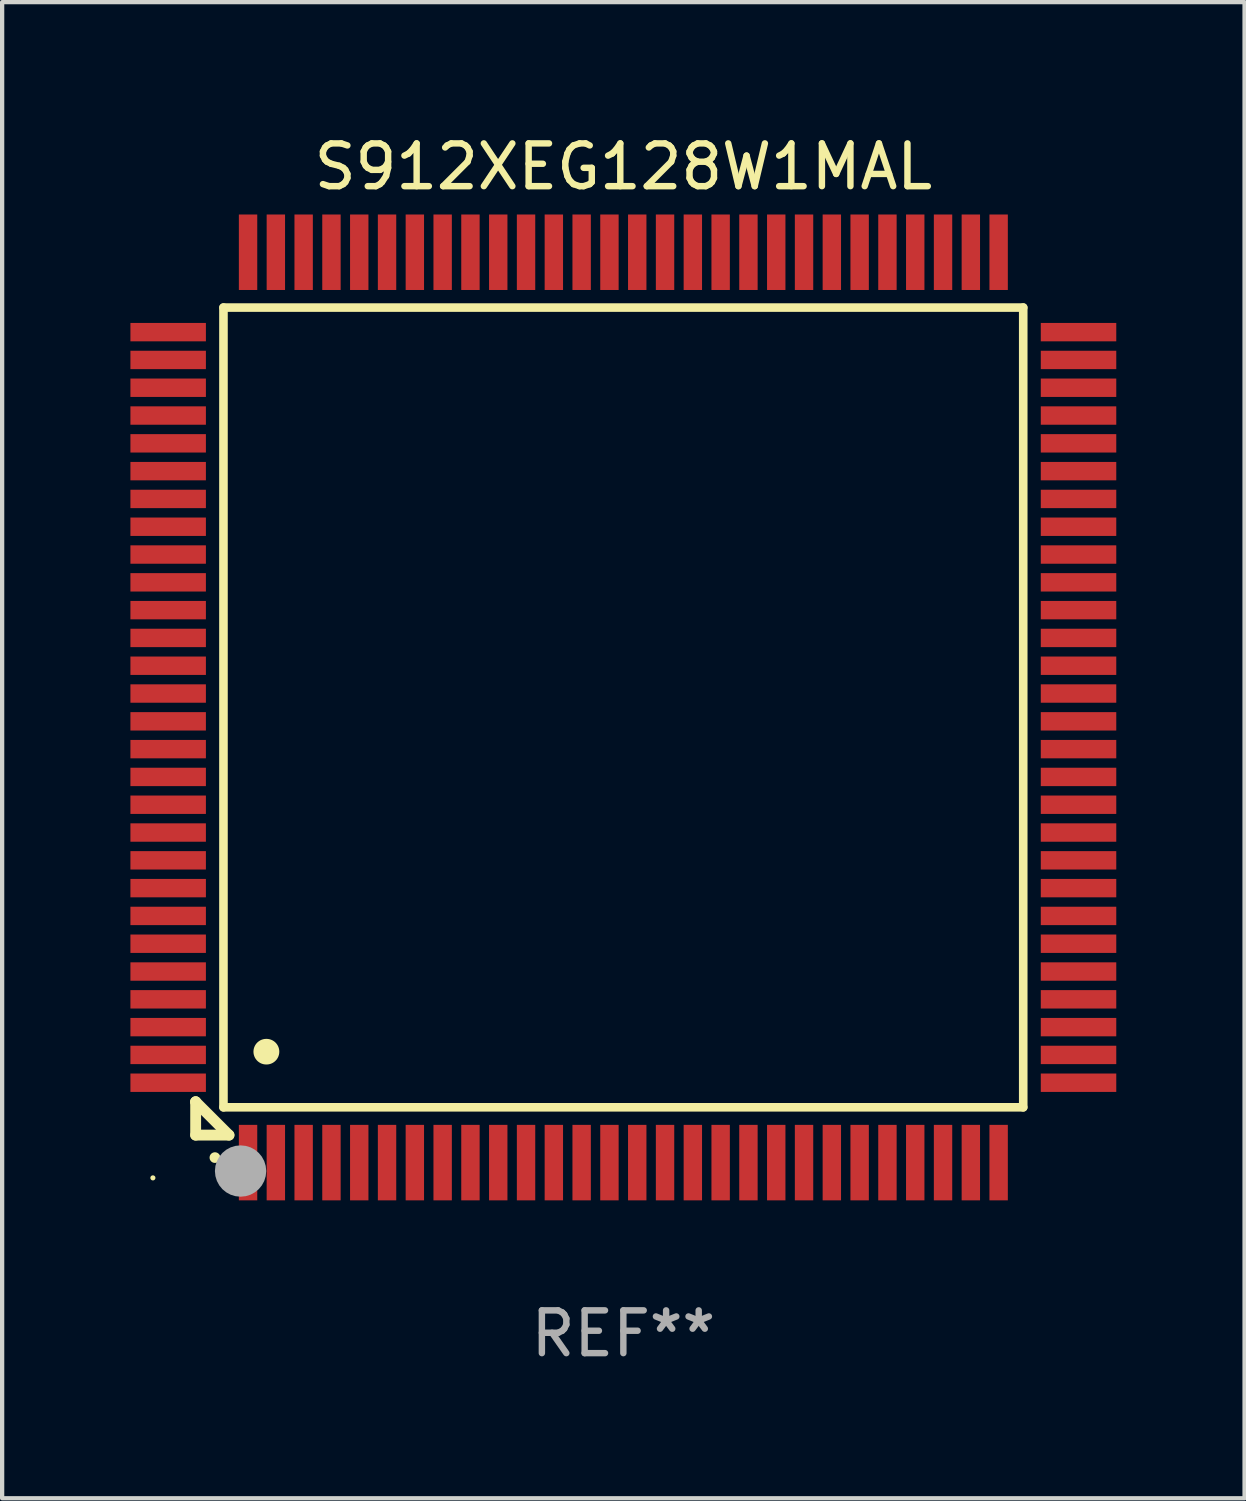
<source format=kicad_pcb>
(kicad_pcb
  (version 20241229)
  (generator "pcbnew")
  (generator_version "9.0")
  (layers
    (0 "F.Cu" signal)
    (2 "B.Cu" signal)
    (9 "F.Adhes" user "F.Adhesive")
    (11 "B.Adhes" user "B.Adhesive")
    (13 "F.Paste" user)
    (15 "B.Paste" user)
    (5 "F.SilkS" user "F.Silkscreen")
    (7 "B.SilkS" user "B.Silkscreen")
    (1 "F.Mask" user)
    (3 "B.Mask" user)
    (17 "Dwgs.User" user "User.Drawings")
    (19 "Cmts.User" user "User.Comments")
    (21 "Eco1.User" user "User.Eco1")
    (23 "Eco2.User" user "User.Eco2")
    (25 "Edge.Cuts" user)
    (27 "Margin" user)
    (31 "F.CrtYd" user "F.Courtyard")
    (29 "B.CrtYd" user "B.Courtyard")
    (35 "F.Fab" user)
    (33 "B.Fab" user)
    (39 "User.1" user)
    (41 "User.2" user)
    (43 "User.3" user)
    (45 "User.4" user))
  (footprint "S912XEG128W1MAL"
    (layer "F.Cu")
    (at 11.525 13.491)
    (property "Reference" "S912XEG128W1MAL" (at 0 -12.643 0) (layer "F.SilkS") (effects (font (size 1 1) (thickness 0.15))))
    (attr through_hole)
    (fp_line (start -10 9.221) (end -10 9.221) (stroke (width 0.254) (type solid)) (layer "F.SilkS"))
    (fp_line (start -10 9.221) (end -10 10) (stroke (width 0.254) (type solid)) (layer "F.SilkS"))
    (fp_line (start -10 9.221) (end -9.221 10) (stroke (width 0.254) (type solid)) (layer "F.SilkS"))
    (fp_line (start -10 10) (end -9.221 10) (stroke (width 0.254) (type solid)) (layer "F.SilkS"))
    (fp_line (start -9.35 -9.35) (end -9.35 9.35) (stroke (width 0.201) (type solid)) (layer "F.SilkS"))
    (fp_line (start -9.35 9.35) (end 9.35 9.35) (stroke (width 0.201) (type solid)) (layer "F.SilkS"))
    (fp_line (start 9.35 -9.35) (end -9.35 -9.35) (stroke (width 0.201) (type solid)) (layer "F.SilkS"))
    (fp_line (start 9.35 9.35) (end 9.35 -9.35) (stroke (width 0.201) (type solid)) (layer "F.SilkS"))
    (fp_arc (start -9.550546 10.525832) (mid -9.549276 10.525826) (end -9.548006 10.525832) (stroke (width 0.24892) (type solid)) (layer "F.SilkS"))
    (fp_arc (start -8.349124 8.049327) (mid -8.346584 8.049316) (end -8.344044 8.049327) (stroke (width 0.599441) (type solid)) (layer "F.SilkS"))
    (fp_circle (center -11 11) (end -10.97 11) (stroke (width 0.06) (type solid)) (fill no) (layer "F.SilkS"))
    (fp_circle (center -8.95 10.84) (end -8.65 10.84) (stroke (width 0.6) (type solid)) (fill no) (layer "F.Fab"))
    (fp_text user "REF**" (at 0 14.643 0) (layer "F.Fab") (effects (font (size 1 1) (thickness 0.15))))
    (pad "1" smd rect (at -8.775 10.643) (size 0.43 1.765) (layers "F.Cu" "F.Mask" "F.Paste"))
    (pad "2" smd rect (at -8.125 10.643) (size 0.43 1.765) (layers "F.Cu" "F.Mask" "F.Paste"))
    (pad "3" smd rect (at -7.475 10.643) (size 0.43 1.765) (layers "F.Cu" "F.Mask" "F.Paste"))
    (pad "4" smd rect (at -6.825 10.643) (size 0.43 1.765) (layers "F.Cu" "F.Mask" "F.Paste"))
    (pad "5" smd rect (at -6.175 10.643) (size 0.43 1.765) (layers "F.Cu" "F.Mask" "F.Paste"))
    (pad "6" smd rect (at -5.525 10.643) (size 0.43 1.765) (layers "F.Cu" "F.Mask" "F.Paste"))
    (pad "7" smd rect (at -4.875 10.643) (size 0.43 1.765) (layers "F.Cu" "F.Mask" "F.Paste"))
    (pad "8" smd rect (at -4.225 10.643) (size 0.43 1.765) (layers "F.Cu" "F.Mask" "F.Paste"))
    (pad "9" smd rect (at -3.575 10.643) (size 0.43 1.765) (layers "F.Cu" "F.Mask" "F.Paste"))
    (pad "10" smd rect (at -2.925 10.643) (size 0.43 1.765) (layers "F.Cu" "F.Mask" "F.Paste"))
    (pad "11" smd rect (at -2.275 10.643) (size 0.43 1.765) (layers "F.Cu" "F.Mask" "F.Paste"))
    (pad "12" smd rect (at -1.625 10.643) (size 0.43 1.765) (layers "F.Cu" "F.Mask" "F.Paste"))
    (pad "13" smd rect (at -0.975 10.643) (size 0.43 1.765) (layers "F.Cu" "F.Mask" "F.Paste"))
    (pad "14" smd rect (at -0.325 10.643) (size 0.43 1.765) (layers "F.Cu" "F.Mask" "F.Paste"))
    (pad "15" smd rect (at 0.325 10.643) (size 0.43 1.765) (layers "F.Cu" "F.Mask" "F.Paste"))
    (pad "16" smd rect (at 0.975 10.643) (size 0.43 1.765) (layers "F.Cu" "F.Mask" "F.Paste"))
    (pad "17" smd rect (at 1.625 10.643) (size 0.43 1.765) (layers "F.Cu" "F.Mask" "F.Paste"))
    (pad "18" smd rect (at 2.275 10.643) (size 0.43 1.765) (layers "F.Cu" "F.Mask" "F.Paste"))
    (pad "19" smd rect (at 2.925 10.643) (size 0.43 1.765) (layers "F.Cu" "F.Mask" "F.Paste"))
    (pad "20" smd rect (at 3.575 10.643) (size 0.43 1.765) (layers "F.Cu" "F.Mask" "F.Paste"))
    (pad "21" smd rect (at 4.225 10.643) (size 0.43 1.765) (layers "F.Cu" "F.Mask" "F.Paste"))
    (pad "22" smd rect (at 4.875 10.643) (size 0.43 1.765) (layers "F.Cu" "F.Mask" "F.Paste"))
    (pad "23" smd rect (at 5.525 10.643) (size 0.43 1.765) (layers "F.Cu" "F.Mask" "F.Paste"))
    (pad "24" smd rect (at 6.175 10.643) (size 0.43 1.765) (layers "F.Cu" "F.Mask" "F.Paste"))
    (pad "25" smd rect (at 6.825 10.643) (size 0.43 1.765) (layers "F.Cu" "F.Mask" "F.Paste"))
    (pad "26" smd rect (at 7.475 10.643) (size 0.43 1.765) (layers "F.Cu" "F.Mask" "F.Paste"))
    (pad "27" smd rect (at 8.125 10.643) (size 0.43 1.765) (layers "F.Cu" "F.Mask" "F.Paste"))
    (pad "28" smd rect (at 8.775 10.643) (size 0.43 1.765) (layers "F.Cu" "F.Mask" "F.Paste"))
    (pad "29" smd rect (at 10.643 8.775) (size 1.765 0.43) (layers "F.Cu" "F.Mask" "F.Paste"))
    (pad "30" smd rect (at 10.643 8.125) (size 1.765 0.43) (layers "F.Cu" "F.Mask" "F.Paste"))
    (pad "31" smd rect (at 10.643 7.475) (size 1.765 0.43) (layers "F.Cu" "F.Mask" "F.Paste"))
    (pad "32" smd rect (at 10.643 6.825) (size 1.765 0.43) (layers "F.Cu" "F.Mask" "F.Paste"))
    (pad "33" smd rect (at 10.643 6.175) (size 1.765 0.43) (layers "F.Cu" "F.Mask" "F.Paste"))
    (pad "34" smd rect (at 10.643 5.525) (size 1.765 0.43) (layers "F.Cu" "F.Mask" "F.Paste"))
    (pad "35" smd rect (at 10.643 4.875) (size 1.765 0.43) (layers "F.Cu" "F.Mask" "F.Paste"))
    (pad "36" smd rect (at 10.643 4.225) (size 1.765 0.43) (layers "F.Cu" "F.Mask" "F.Paste"))
    (pad "37" smd rect (at 10.643 3.575) (size 1.765 0.43) (layers "F.Cu" "F.Mask" "F.Paste"))
    (pad "38" smd rect (at 10.643 2.925) (size 1.765 0.43) (layers "F.Cu" "F.Mask" "F.Paste"))
    (pad "39" smd rect (at 10.643 2.275) (size 1.765 0.43) (layers "F.Cu" "F.Mask" "F.Paste"))
    (pad "40" smd rect (at 10.643 1.625) (size 1.765 0.43) (layers "F.Cu" "F.Mask" "F.Paste"))
    (pad "41" smd rect (at 10.643 0.975) (size 1.765 0.43) (layers "F.Cu" "F.Mask" "F.Paste"))
    (pad "42" smd rect (at 10.643 0.325) (size 1.765 0.43) (layers "F.Cu" "F.Mask" "F.Paste"))
    (pad "43" smd rect (at 10.643 -0.325) (size 1.765 0.43) (layers "F.Cu" "F.Mask" "F.Paste"))
    (pad "44" smd rect (at 10.643 -0.975) (size 1.765 0.43) (layers "F.Cu" "F.Mask" "F.Paste"))
    (pad "45" smd rect (at 10.643 -1.625) (size 1.765 0.43) (layers "F.Cu" "F.Mask" "F.Paste"))
    (pad "46" smd rect (at 10.643 -2.275) (size 1.765 0.43) (layers "F.Cu" "F.Mask" "F.Paste"))
    (pad "47" smd rect (at 10.643 -2.925) (size 1.765 0.43) (layers "F.Cu" "F.Mask" "F.Paste"))
    (pad "48" smd rect (at 10.643 -3.575) (size 1.765 0.43) (layers "F.Cu" "F.Mask" "F.Paste"))
    (pad "49" smd rect (at 10.643 -4.225) (size 1.765 0.43) (layers "F.Cu" "F.Mask" "F.Paste"))
    (pad "50" smd rect (at 10.643 -4.875) (size 1.765 0.43) (layers "F.Cu" "F.Mask" "F.Paste"))
    (pad "51" smd rect (at 10.643 -5.525) (size 1.765 0.43) (layers "F.Cu" "F.Mask" "F.Paste"))
    (pad "52" smd rect (at 10.643 -6.175) (size 1.765 0.43) (layers "F.Cu" "F.Mask" "F.Paste"))
    (pad "53" smd rect (at 10.643 -6.825) (size 1.765 0.43) (layers "F.Cu" "F.Mask" "F.Paste"))
    (pad "54" smd rect (at 10.643 -7.475) (size 1.765 0.43) (layers "F.Cu" "F.Mask" "F.Paste"))
    (pad "55" smd rect (at 10.643 -8.125) (size 1.765 0.43) (layers "F.Cu" "F.Mask" "F.Paste"))
    (pad "56" smd rect (at 10.643 -8.775) (size 1.765 0.43) (layers "F.Cu" "F.Mask" "F.Paste"))
    (pad "57" smd rect (at 8.775 -10.643) (size 0.43 1.765) (layers "F.Cu" "F.Mask" "F.Paste"))
    (pad "58" smd rect (at 8.125 -10.643) (size 0.43 1.765) (layers "F.Cu" "F.Mask" "F.Paste"))
    (pad "59" smd rect (at 7.475 -10.643) (size 0.43 1.765) (layers "F.Cu" "F.Mask" "F.Paste"))
    (pad "60" smd rect (at 6.825 -10.643) (size 0.43 1.765) (layers "F.Cu" "F.Mask" "F.Paste"))
    (pad "61" smd rect (at 6.175 -10.643) (size 0.43 1.765) (layers "F.Cu" "F.Mask" "F.Paste"))
    (pad "62" smd rect (at 5.525 -10.643) (size 0.43 1.765) (layers "F.Cu" "F.Mask" "F.Paste"))
    (pad "63" smd rect (at 4.875 -10.643) (size 0.43 1.765) (layers "F.Cu" "F.Mask" "F.Paste"))
    (pad "64" smd rect (at 4.225 -10.643) (size 0.43 1.765) (layers "F.Cu" "F.Mask" "F.Paste"))
    (pad "65" smd rect (at 3.575 -10.643) (size 0.43 1.765) (layers "F.Cu" "F.Mask" "F.Paste"))
    (pad "66" smd rect (at 2.925 -10.643) (size 0.43 1.765) (layers "F.Cu" "F.Mask" "F.Paste"))
    (pad "67" smd rect (at 2.275 -10.643) (size 0.43 1.765) (layers "F.Cu" "F.Mask" "F.Paste"))
    (pad "68" smd rect (at 1.625 -10.643) (size 0.43 1.765) (layers "F.Cu" "F.Mask" "F.Paste"))
    (pad "69" smd rect (at 0.975 -10.643) (size 0.43 1.765) (layers "F.Cu" "F.Mask" "F.Paste"))
    (pad "70" smd rect (at 0.325 -10.643) (size 0.43 1.765) (layers "F.Cu" "F.Mask" "F.Paste"))
    (pad "71" smd rect (at -0.325 -10.643) (size 0.43 1.765) (layers "F.Cu" "F.Mask" "F.Paste"))
    (pad "72" smd rect (at -0.975 -10.643) (size 0.43 1.765) (layers "F.Cu" "F.Mask" "F.Paste"))
    (pad "73" smd rect (at -1.625 -10.643) (size 0.43 1.765) (layers "F.Cu" "F.Mask" "F.Paste"))
    (pad "74" smd rect (at -2.275 -10.643) (size 0.43 1.765) (layers "F.Cu" "F.Mask" "F.Paste"))
    (pad "75" smd rect (at -2.925 -10.643) (size 0.43 1.765) (layers "F.Cu" "F.Mask" "F.Paste"))
    (pad "76" smd rect (at -3.575 -10.643) (size 0.43 1.765) (layers "F.Cu" "F.Mask" "F.Paste"))
    (pad "77" smd rect (at -4.225 -10.643) (size 0.43 1.765) (layers "F.Cu" "F.Mask" "F.Paste"))
    (pad "78" smd rect (at -4.875 -10.643) (size 0.43 1.765) (layers "F.Cu" "F.Mask" "F.Paste"))
    (pad "79" smd rect (at -5.525 -10.643) (size 0.43 1.765) (layers "F.Cu" "F.Mask" "F.Paste"))
    (pad "80" smd rect (at -6.175 -10.643) (size 0.43 1.765) (layers "F.Cu" "F.Mask" "F.Paste"))
    (pad "81" smd rect (at -6.825 -10.643) (size 0.43 1.765) (layers "F.Cu" "F.Mask" "F.Paste"))
    (pad "82" smd rect (at -7.475 -10.643) (size 0.43 1.765) (layers "F.Cu" "F.Mask" "F.Paste"))
    (pad "83" smd rect (at -8.125 -10.643) (size 0.43 1.765) (layers "F.Cu" "F.Mask" "F.Paste"))
    (pad "84" smd rect (at -8.775 -10.643) (size 0.43 1.765) (layers "F.Cu" "F.Mask" "F.Paste"))
    (pad "85" smd rect (at -10.643 -8.775) (size 1.765 0.43) (layers "F.Cu" "F.Mask" "F.Paste"))
    (pad "86" smd rect (at -10.643 -8.125) (size 1.765 0.43) (layers "F.Cu" "F.Mask" "F.Paste"))
    (pad "87" smd rect (at -10.643 -7.475) (size 1.765 0.43) (layers "F.Cu" "F.Mask" "F.Paste"))
    (pad "88" smd rect (at -10.643 -6.825) (size 1.765 0.43) (layers "F.Cu" "F.Mask" "F.Paste"))
    (pad "89" smd rect (at -10.643 -6.175) (size 1.765 0.43) (layers "F.Cu" "F.Mask" "F.Paste"))
    (pad "90" smd rect (at -10.643 -5.525) (size 1.765 0.43) (layers "F.Cu" "F.Mask" "F.Paste"))
    (pad "91" smd rect (at -10.643 -4.875) (size 1.765 0.43) (layers "F.Cu" "F.Mask" "F.Paste"))
    (pad "92" smd rect (at -10.643 -4.225) (size 1.765 0.43) (layers "F.Cu" "F.Mask" "F.Paste"))
    (pad "93" smd rect (at -10.643 -3.575) (size 1.765 0.43) (layers "F.Cu" "F.Mask" "F.Paste"))
    (pad "94" smd rect (at -10.643 -2.925) (size 1.765 0.43) (layers "F.Cu" "F.Mask" "F.Paste"))
    (pad "95" smd rect (at -10.643 -2.275) (size 1.765 0.43) (layers "F.Cu" "F.Mask" "F.Paste"))
    (pad "96" smd rect (at -10.643 -1.625) (size 1.765 0.43) (layers "F.Cu" "F.Mask" "F.Paste"))
    (pad "97" smd rect (at -10.643 -0.975) (size 1.765 0.43) (layers "F.Cu" "F.Mask" "F.Paste"))
    (pad "98" smd rect (at -10.643 -0.325) (size 1.765 0.43) (layers "F.Cu" "F.Mask" "F.Paste"))
    (pad "99" smd rect (at -10.643 0.325) (size 1.765 0.43) (layers "F.Cu" "F.Mask" "F.Paste"))
    (pad "100" smd rect (at -10.643 0.975) (size 1.765 0.43) (layers "F.Cu" "F.Mask" "F.Paste"))
    (pad "101" smd rect (at -10.643 1.625) (size 1.765 0.43) (layers "F.Cu" "F.Mask" "F.Paste"))
    (pad "102" smd rect (at -10.643 2.275) (size 1.765 0.43) (layers "F.Cu" "F.Mask" "F.Paste"))
    (pad "103" smd rect (at -10.643 2.925) (size 1.765 0.43) (layers "F.Cu" "F.Mask" "F.Paste"))
    (pad "104" smd rect (at -10.643 3.575) (size 1.765 0.43) (layers "F.Cu" "F.Mask" "F.Paste"))
    (pad "105" smd rect (at -10.643 4.225) (size 1.765 0.43) (layers "F.Cu" "F.Mask" "F.Paste"))
    (pad "106" smd rect (at -10.643 4.875) (size 1.765 0.43) (layers "F.Cu" "F.Mask" "F.Paste"))
    (pad "107" smd rect (at -10.643 5.525) (size 1.765 0.43) (layers "F.Cu" "F.Mask" "F.Paste"))
    (pad "108" smd rect (at -10.643 6.175) (size 1.765 0.43) (layers "F.Cu" "F.Mask" "F.Paste"))
    (pad "109" smd rect (at -10.643 6.825) (size 1.765 0.43) (layers "F.Cu" "F.Mask" "F.Paste"))
    (pad "110" smd rect (at -10.643 7.475) (size 1.765 0.43) (layers "F.Cu" "F.Mask" "F.Paste"))
    (pad "111" smd rect (at -10.643 8.125) (size 1.765 0.43) (layers "F.Cu" "F.Mask" "F.Paste"))
    (pad "112" smd rect (at -10.643 8.775) (size 1.765 0.43) (layers "F.Cu" "F.Mask" "F.Paste")))
  (gr_rect
    (start -3 -3)
    (end 26.05 31.982)
    (stroke (width 0.1) (type default))
    (fill no)
    (layer "Edge.Cuts")))
</source>
